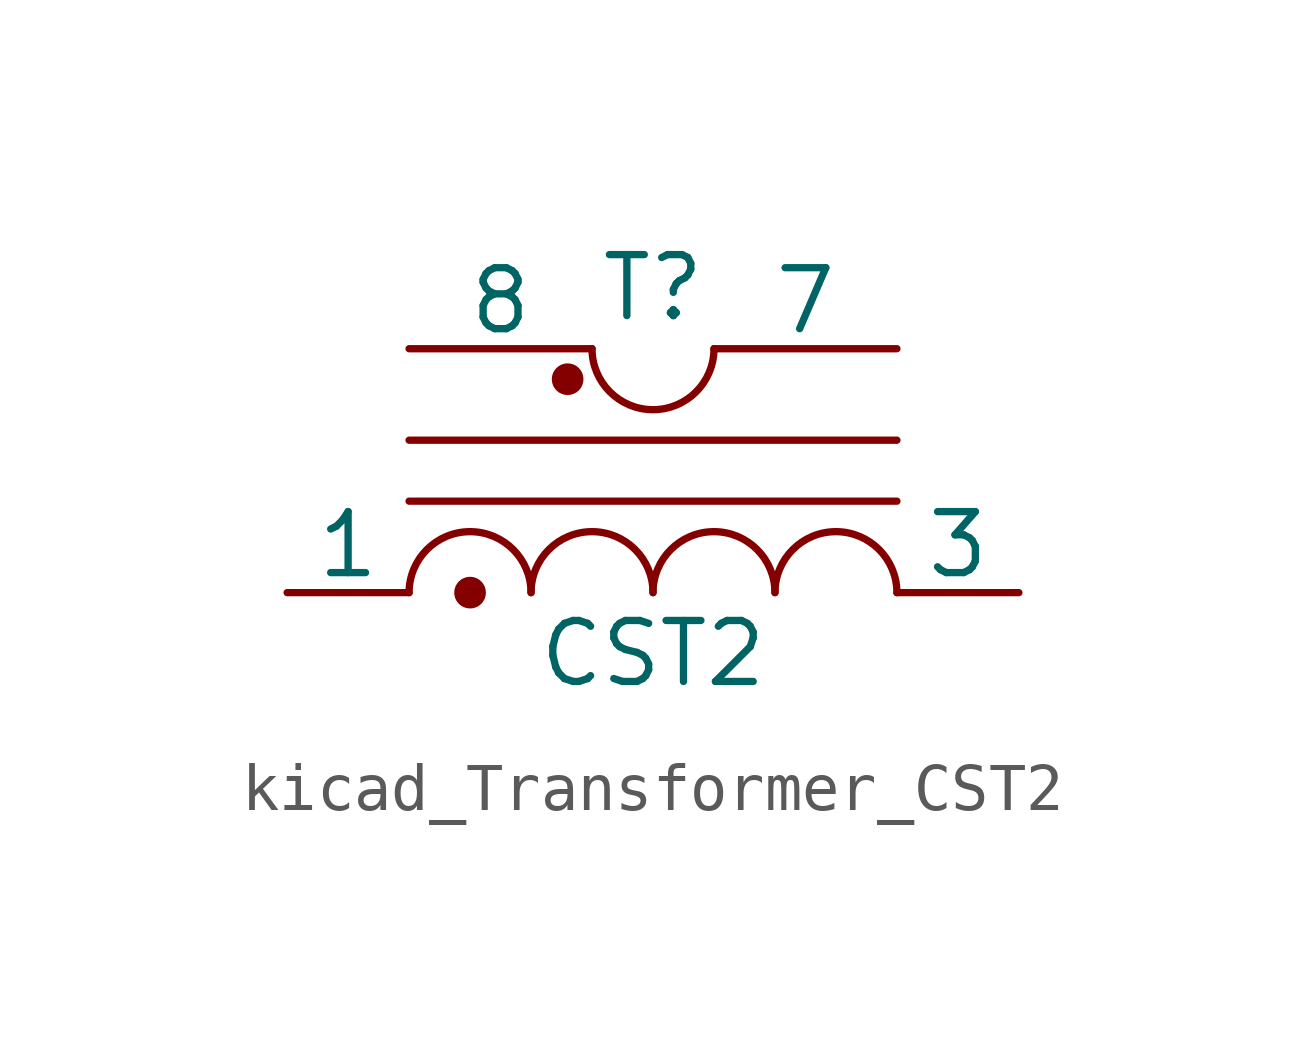
<source format=kicad_sym>
(kicad_symbol_lib
  (version 20220914)
  (generator kicad_symbol_editor)
  (symbol "kicad_Transformer_CST2"
    (pin_numbers hide)
    (pin_names
      (offset 0))
    (property "Reference" "T"
      (at 0 6.35 0)
      (effects (font (size 1.27 1.27))))
    (property "Value" "CST2"
      (at 0 -1.27 0)
      (effects (font (size 1.27 1.27))))
    (property "ki_locked" ""
      (at 0 0 0)
      (effects (font (size 1.27 1.27))))
    (symbol "kicad_Transformer_CST2_0_1"
      (circle (center -3.81 0) (radius 0.254) (stroke (width 0) (type default)) (fill (type outline)))
      (arc (start -2.54 0) (mid -3.81 1.2645) (end -5.08 0) (stroke (width 0) (type default)) (fill (type none)))
      (circle (center -1.778 4.445) (radius 0.254) (stroke (width 0) (type default)) (fill (type outline)))
      (arc (start -1.27 5.08) (mid 0 3.8155) (end 1.27 5.08) (stroke (width 0) (type default)) (fill (type none)))
      (arc (start 0 0) (mid -1.27 1.2645) (end -2.54 0) (stroke (width 0) (type default)) (fill (type none)))
      (polyline (pts (xy -5.08 1.905) (xy 5.08 1.905)) (stroke (width 0) (type default)) (fill (type none)))
      (polyline (pts (xy -5.08 3.175) (xy 5.08 3.175)) (stroke (width 0) (type default)) (fill (type none)))
      (arc (start 2.54 0) (mid 1.27 1.2645) (end 0 0) (stroke (width 0) (type default)) (fill (type none)))
      (arc (start 5.08 0) (mid 3.81 1.2645) (end 2.54 0) (stroke (width 0) (type default)) (fill (type none)))
      (pin passive line (at -7.62 0 0) (length 2.54) (name "1" (effects (font (size 1.27 1.27)))) (number "1" (effects (font (size 1.27 1.27)))))
      (pin passive line (at 7.62 0 180) (length 2.54) (name "3" (effects (font (size 1.27 1.27)))) (number "3" (effects (font (size 1.27 1.27)))))
      (pin passive line (at 5.08 5.08 180) (length 3.81) (name "7" (effects (font (size 1.27 1.27)))) (number "7" (effects (font (size 1.27 1.27)))))
      (pin passive line (at -5.08 5.08 0) (length 3.81) (name "8" (effects (font (size 1.27 1.27)))) (number "8" (effects (font (size 1.27 1.27))))))
    (symbol "kicad_Transformer_CST2_1_1"
      (pin no_connect line (at -2.54 0 0) (length 2.54) hide (name "2" (effects (font (size 1.27 1.27)))) (number "2" (effects (font (size 1.27 1.27)))))
      (pin no_connect line (at 2.54 0 180) (length 2.54) hide (name "4" (effects (font (size 1.27 1.27)))) (number "4" (effects (font (size 1.27 1.27)))))
      (pin no_connect line (at -2.54 5.08 0) (length 2.54) hide (name "5" (effects (font (size 1.27 1.27)))) (number "5" (effects (font (size 1.27 1.27)))))
      (pin no_connect line (at 2.54 5.08 180) (length 2.54) hide (name "6" (effects (font (size 1.27 1.27)))) (number "6" (effects (font (size 1.27 1.27))))))))
</source>
